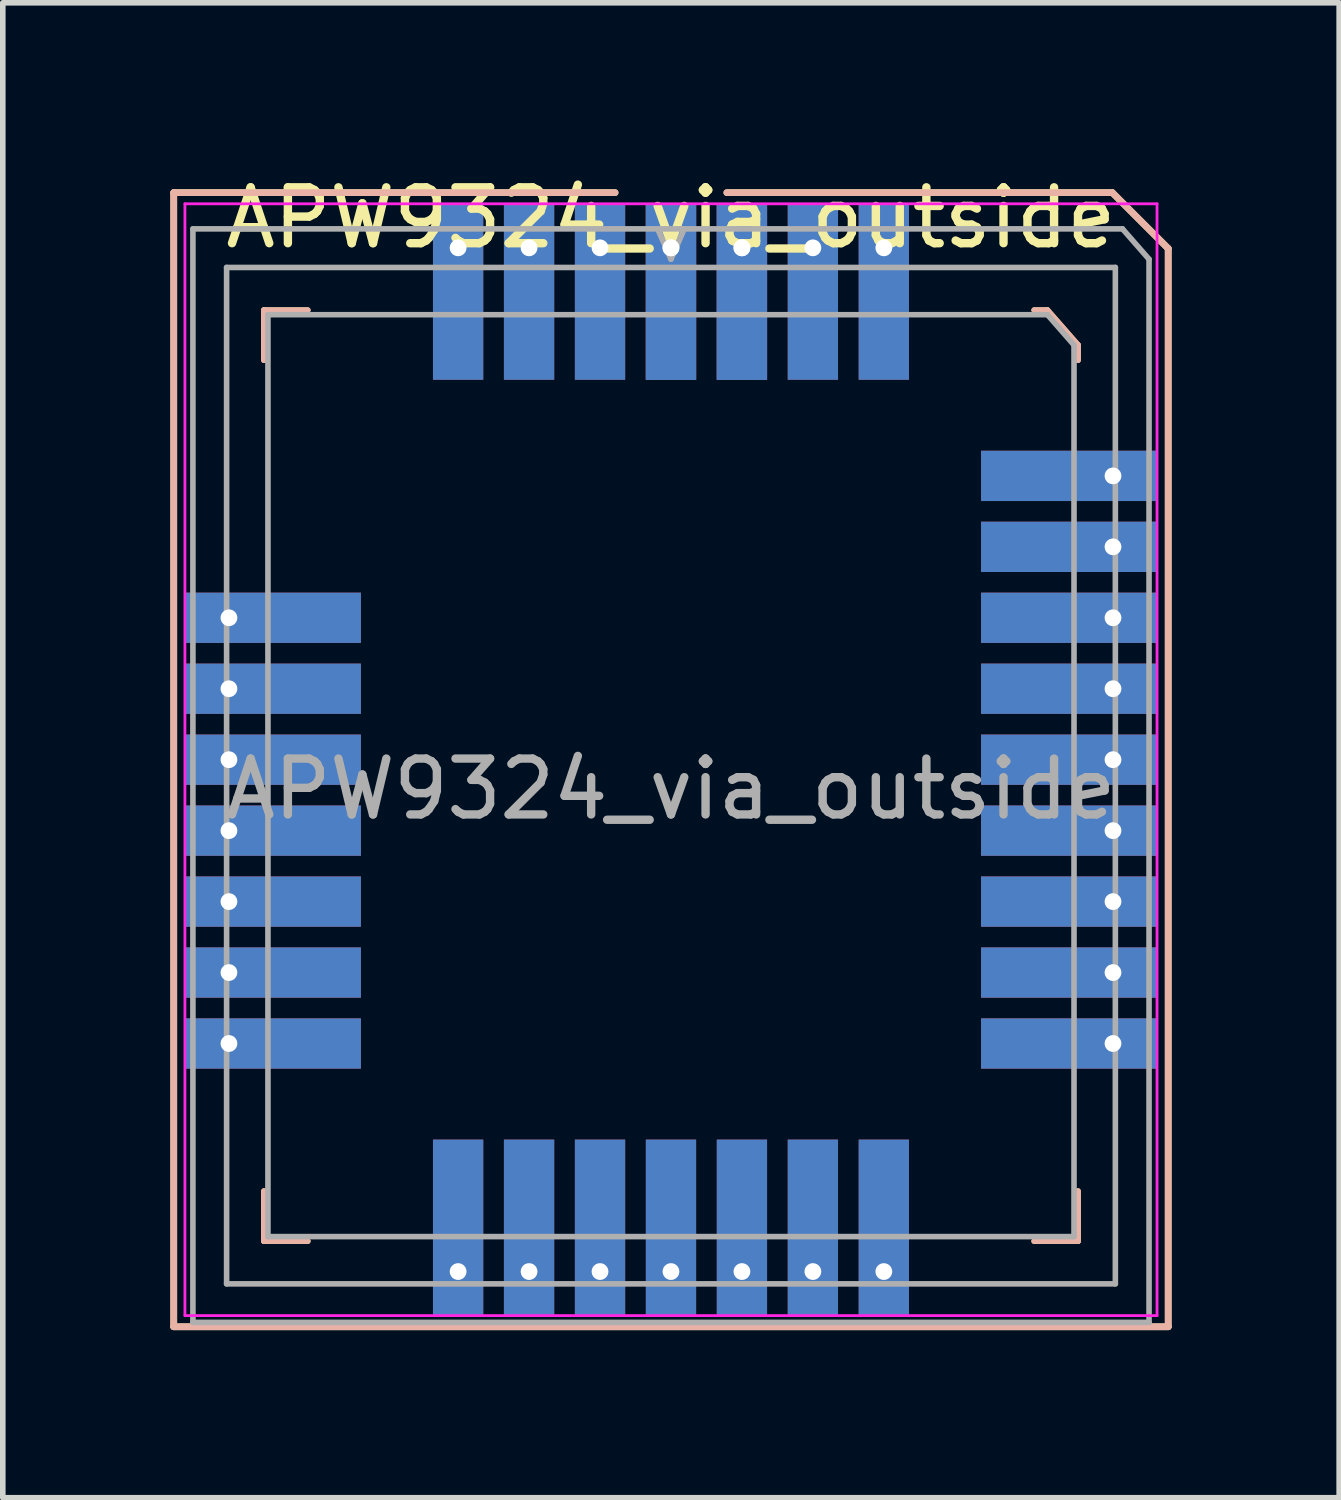
<source format=kicad_pcb>
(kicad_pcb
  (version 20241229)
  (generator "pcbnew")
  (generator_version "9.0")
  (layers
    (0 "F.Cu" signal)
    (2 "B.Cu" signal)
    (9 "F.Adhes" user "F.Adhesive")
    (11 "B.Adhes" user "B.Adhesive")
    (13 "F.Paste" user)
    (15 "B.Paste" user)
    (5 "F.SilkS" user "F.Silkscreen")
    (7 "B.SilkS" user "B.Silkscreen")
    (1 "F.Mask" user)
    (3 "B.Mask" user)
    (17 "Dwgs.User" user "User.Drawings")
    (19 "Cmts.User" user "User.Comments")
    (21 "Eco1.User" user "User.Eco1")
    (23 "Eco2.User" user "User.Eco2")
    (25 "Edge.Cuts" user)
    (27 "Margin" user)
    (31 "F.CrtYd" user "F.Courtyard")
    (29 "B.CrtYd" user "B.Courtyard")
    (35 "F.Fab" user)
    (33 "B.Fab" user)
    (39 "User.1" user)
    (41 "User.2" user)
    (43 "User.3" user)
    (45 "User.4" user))
  (footprint "APW9324_via_outside"
    (layer "F.Cu")
    (at 8.96 10.548)
    (property "Reference" "APW9324_via_outside" (at 0 -9.7 180) (layer "F.SilkS") (effects (font (size 1 1) (thickness 0.15))))
    (attr smd)
    (fp_line (start -8.9 -10.15) (end -1 -10.15) (stroke (width 0.12) (type solid)) (layer "F.SilkS"))
    (fp_line (start -8.9 10.15) (end -8.9 -10.15) (stroke (width 0.12) (type solid)) (layer "F.SilkS"))
    (fp_line (start -7.286 -8.047) (end -7.286 -7.15) (stroke (width 0.1) (type solid)) (layer "F.SilkS"))
    (fp_line (start -7.286 8.618) (end -7.286 7.721) (stroke (width 0.1) (type solid)) (layer "F.SilkS"))
    (fp_line (start -6.501 -8.047) (end -7.286 -8.047) (stroke (width 0.1) (type solid)) (layer "F.SilkS"))
    (fp_line (start -6.501 8.618) (end -7.286 8.618) (stroke (width 0.1) (type solid)) (layer "F.SilkS"))
    (fp_line (start 1 -10.15) (end 7.9 -10.15) (stroke (width 0.12) (type solid)) (layer "F.SilkS"))
    (fp_line (start 6.501 -8.047) (end 6.739 -8.047) (stroke (width 0.1) (type solid)) (layer "F.SilkS"))
    (fp_line (start 6.501 8.618) (end 7.286 8.618) (stroke (width 0.1) (type solid)) (layer "F.SilkS"))
    (fp_line (start 6.739 -8.047) (end 7.286 -7.422) (stroke (width 0.1) (type solid)) (layer "F.SilkS"))
    (fp_line (start 7.286 -7.422) (end 7.286 -7.15) (stroke (width 0.1) (type solid)) (layer "F.SilkS"))
    (fp_line (start 7.286 8.618) (end 7.286 7.721) (stroke (width 0.1) (type solid)) (layer "F.SilkS"))
    (fp_line (start 7.9 -10.15) (end 8.9 -9.15) (stroke (width 0.12) (type solid)) (layer "F.SilkS"))
    (fp_line (start 8.9 -9.15) (end 8.9 10.15) (stroke (width 0.12) (type solid)) (layer "F.SilkS"))
    (fp_line (start 8.9 10.15) (end -8.9 10.15) (stroke (width 0.12) (type solid)) (layer "F.SilkS"))
    (fp_line (start -8.9 -10.15) (end -1 -10.15) (stroke (width 0.12) (type solid)) (layer "B.SilkS"))
    (fp_line (start -8.9 10.15) (end -8.9 -10.15) (stroke (width 0.12) (type solid)) (layer "B.SilkS"))
    (fp_line (start -7.286 -8.047) (end -7.286 -7.15) (stroke (width 0.1) (type solid)) (layer "B.SilkS"))
    (fp_line (start -7.286 8.618) (end -7.286 7.721) (stroke (width 0.1) (type solid)) (layer "B.SilkS"))
    (fp_line (start -6.501 -8.047) (end -7.286 -8.047) (stroke (width 0.1) (type solid)) (layer "B.SilkS"))
    (fp_line (start -6.501 8.618) (end -7.286 8.618) (stroke (width 0.1) (type solid)) (layer "B.SilkS"))
    (fp_line (start 1 -10.15) (end 7.9 -10.15) (stroke (width 0.12) (type solid)) (layer "B.SilkS"))
    (fp_line (start 6.501 -8.047) (end 6.739 -8.047) (stroke (width 0.1) (type solid)) (layer "B.SilkS"))
    (fp_line (start 6.501 8.618) (end 7.286 8.618) (stroke (width 0.1) (type solid)) (layer "B.SilkS"))
    (fp_line (start 6.739 -8.047) (end 7.286 -7.422) (stroke (width 0.1) (type solid)) (layer "B.SilkS"))
    (fp_line (start 7.286 -7.422) (end 7.286 -7.15) (stroke (width 0.1) (type solid)) (layer "B.SilkS"))
    (fp_line (start 7.286 8.618) (end 7.286 7.721) (stroke (width 0.1) (type solid)) (layer "B.SilkS"))
    (fp_line (start 7.9 -10.15) (end 8.9 -9.15) (stroke (width 0.12) (type solid)) (layer "B.SilkS"))
    (fp_line (start 8.9 -9.15) (end 8.9 10.15) (stroke (width 0.12) (type solid)) (layer "B.SilkS"))
    (fp_line (start 8.9 10.15) (end -8.9 10.15) (stroke (width 0.12) (type solid)) (layer "B.SilkS"))
    (fp_line (start -8.7 -9.95) (end 8.7 -9.95) (stroke (width 0.05) (type solid)) (layer "F.CrtYd"))
    (fp_line (start -8.7 9.95) (end -8.7 -9.95) (stroke (width 0.05) (type solid)) (layer "F.CrtYd"))
    (fp_line (start 8.7 -9.95) (end 8.7 9.95) (stroke (width 0.05) (type solid)) (layer "F.CrtYd"))
    (fp_line (start 8.7 9.95) (end -8.7 9.95) (stroke (width 0.05) (type solid)) (layer "F.CrtYd"))
    (fp_line (start -8.557 -9.501) (end 8.082 -9.501) (stroke (width 0.1) (type solid)) (layer "F.Fab"))
    (fp_line (start -8.557 10.072) (end -8.557 -9.501) (stroke (width 0.1) (type solid)) (layer "F.Fab"))
    (fp_line (start -7.954 -8.811) (end 7.954 -8.811) (stroke (width 0.1) (type solid)) (layer "F.Fab"))
    (fp_line (start -7.954 9.382) (end -7.954 -8.811) (stroke (width 0.1) (type solid)) (layer "F.Fab"))
    (fp_line (start -7.214 -7.965) (end 6.739 -7.965) (stroke (width 0.1) (type solid)) (layer "F.Fab"))
    (fp_line (start -7.214 8.536) (end -7.214 -7.965) (stroke (width 0.1) (type solid)) (layer "F.Fab"))
    (fp_line (start 0 -8.958) (end -0.238 -9.501) (stroke (width 0.1) (type solid)) (layer "F.Fab"))
    (fp_line (start 0.238 -9.501) (end 0 -8.958) (stroke (width 0.1) (type solid)) (layer "F.Fab"))
    (fp_line (start 6.739 -7.965) (end 7.214 -7.422) (stroke (width 0.1) (type solid)) (layer "F.Fab"))
    (fp_line (start 7.214 -7.422) (end 7.214 8.536) (stroke (width 0.1) (type solid)) (layer "F.Fab"))
    (fp_line (start 7.214 8.536) (end -7.214 8.536) (stroke (width 0.1) (type solid)) (layer "F.Fab"))
    (fp_line (start 7.954 -8.811) (end 7.954 9.382) (stroke (width 0.1) (type solid)) (layer "F.Fab"))
    (fp_line (start 7.954 9.382) (end -7.954 9.382) (stroke (width 0.1) (type solid)) (layer "F.Fab"))
    (fp_line (start 8.082 -9.501) (end 8.557 -8.958) (stroke (width 0.1) (type solid)) (layer "F.Fab"))
    (fp_line (start 8.557 -8.958) (end 8.557 10.072) (stroke (width 0.1) (type solid)) (layer "F.Fab"))
    (fp_line (start 8.557 10.072) (end -8.557 10.072) (stroke (width 0.1) (type solid)) (layer "F.Fab"))
    (fp_text user "${REFERENCE}" (at 0 0.525 180) (layer "F.Fab") (effects (font (size 1 1) (thickness 0.15))))
    (pad "1" thru_hole rect (at 0 -9.162) (size 0.9 3.15) (drill 0.3 (offset 0 0.787)) (layers "*.Cu" "*.Mask"))
    (pad "2" thru_hole rect (at 1.27 -9.162) (size 0.9 3.15) (drill 0.3 (offset 0 0.787)) (layers "*.Cu" "*.Mask"))
    (pad "3" thru_hole rect (at 2.54 -9.162) (size 0.9 3.15) (drill 0.3 (offset 0 0.787)) (layers "*.Cu" "*.Mask"))
    (pad "4" thru_hole rect (at 3.81 -9.162) (size 0.9 3.15) (drill 0.3 (offset 0 0.787)) (layers "*.Cu" "*.Mask"))
    (pad "5" thru_hole rect (at 7.912 -5.08) (size 3.15 0.9) (drill 0.3 (offset -0.787 0)) (layers "*.Cu" "*.Mask"))
    (pad "6" thru_hole rect (at 7.912 -3.81) (size 3.15 0.9) (drill 0.3 (offset -0.787 0)) (layers "*.Cu" "*.Mask"))
    (pad "7" thru_hole rect (at 7.912 -2.54) (size 3.15 0.9) (drill 0.3 (offset -0.787 0)) (layers "*.Cu" "*.Mask"))
    (pad "8" thru_hole rect (at 7.912 -1.27) (size 3.15 0.9) (drill 0.3 (offset -0.787 0)) (layers "*.Cu" "*.Mask"))
    (pad "9" thru_hole rect (at 7.912 0) (size 3.15 0.9) (drill 0.3 (offset -0.787 0)) (layers "*.Cu" "*.Mask"))
    (pad "10" thru_hole rect (at 7.912 1.27) (size 3.15 0.9) (drill 0.3 (offset -0.787 0)) (layers "*.Cu" "*.Mask"))
    (pad "11" thru_hole rect (at 7.912 2.54) (size 3.15 0.9) (drill 0.3 (offset -0.787 0)) (layers "*.Cu" "*.Mask"))
    (pad "12" thru_hole rect (at 7.912 3.81) (size 3.15 0.9) (drill 0.3 (offset -0.787 0)) (layers "*.Cu" "*.Mask"))
    (pad "13" thru_hole rect (at 7.912 5.08) (size 3.15 0.9) (drill 0.3 (offset -0.787 0)) (layers "*.Cu" "*.Mask"))
    (pad "14" thru_hole rect (at 3.81 9.162) (size 0.9 3.15) (drill 0.3 (offset 0 -0.787)) (layers "*.Cu" "*.Mask"))
    (pad "15" thru_hole rect (at 2.54 9.162) (size 0.9 3.15) (drill 0.3 (offset 0 -0.787)) (layers "*.Cu" "*.Mask"))
    (pad "16" thru_hole rect (at 1.27 9.162) (size 0.9 3.15) (drill 0.3 (offset 0 -0.787)) (layers "*.Cu" "*.Mask"))
    (pad "17" thru_hole rect (at 0 9.162) (size 0.9 3.15) (drill 0.3 (offset 0 -0.787)) (layers "*.Cu" "*.Mask"))
    (pad "18" thru_hole rect (at -1.27 9.162) (size 0.9 3.15) (drill 0.3 (offset 0 -0.787)) (layers "*.Cu" "*.Mask"))
    (pad "19" thru_hole rect (at -2.54 9.162) (size 0.9 3.15) (drill 0.3 (offset 0 -0.787)) (layers "*.Cu" "*.Mask"))
    (pad "20" thru_hole rect (at -3.81 9.162) (size 0.9 3.15) (drill 0.3 (offset 0 -0.787)) (layers "*.Cu" "*.Mask"))
    (pad "21" thru_hole rect (at -7.912 5.08) (size 3.15 0.9) (drill 0.3 (offset 0.787 0)) (layers "*.Cu" "*.Mask"))
    (pad "22" thru_hole rect (at -7.912 3.81) (size 3.15 0.9) (drill 0.3 (offset 0.787 0)) (layers "*.Cu" "*.Mask"))
    (pad "23" thru_hole rect (at -7.912 2.54) (size 3.15 0.9) (drill 0.3 (offset 0.787 0)) (layers "*.Cu" "*.Mask"))
    (pad "24" thru_hole rect (at -7.912 1.27) (size 3.15 0.9) (drill 0.3 (offset 0.787 0)) (layers "*.Cu" "*.Mask"))
    (pad "25" thru_hole rect (at -7.912 0) (size 3.15 0.9) (drill 0.3 (offset 0.787 0)) (layers "*.Cu" "*.Mask"))
    (pad "26" thru_hole rect (at -7.912 -1.27) (size 3.15 0.9) (drill 0.3 (offset 0.787 0)) (layers "*.Cu" "*.Mask"))
    (pad "27" thru_hole rect (at -7.912 -2.54) (size 3.15 0.9) (drill 0.3 (offset 0.787 0)) (layers "*.Cu" "*.Mask"))
    (pad "28" thru_hole rect (at -3.81 -9.162) (size 0.9 3.15) (drill 0.3 (offset 0 0.787)) (layers "*.Cu" "*.Mask"))
    (pad "29" thru_hole rect (at -2.54 -9.162) (size 0.9 3.15) (drill 0.3 (offset 0 0.787)) (layers "*.Cu" "*.Mask"))
    (pad "30" thru_hole rect (at -1.27 -9.162) (size 0.9 3.15) (drill 0.3 (offset 0 0.787)) (layers "*.Cu" "*.Mask"))
    (pad "31" thru_hole rect (at 0 -9.162) (size 0.9 3.15) (drill 0.3 (offset 0 0.787)) (layers "*.Cu" "*.Mask"))
    (pad "32" thru_hole rect (at 1.27 -9.162) (size 0.9 3.15) (drill 0.3 (offset 0 0.787)) (layers "*.Cu" "*.Mask")))
  (gr_rect
    (start -3 -3)
    (end 20.92 23.758)
    (stroke (width 0.1) (type default))
    (fill no)
    (layer "Edge.Cuts")))
</source>
